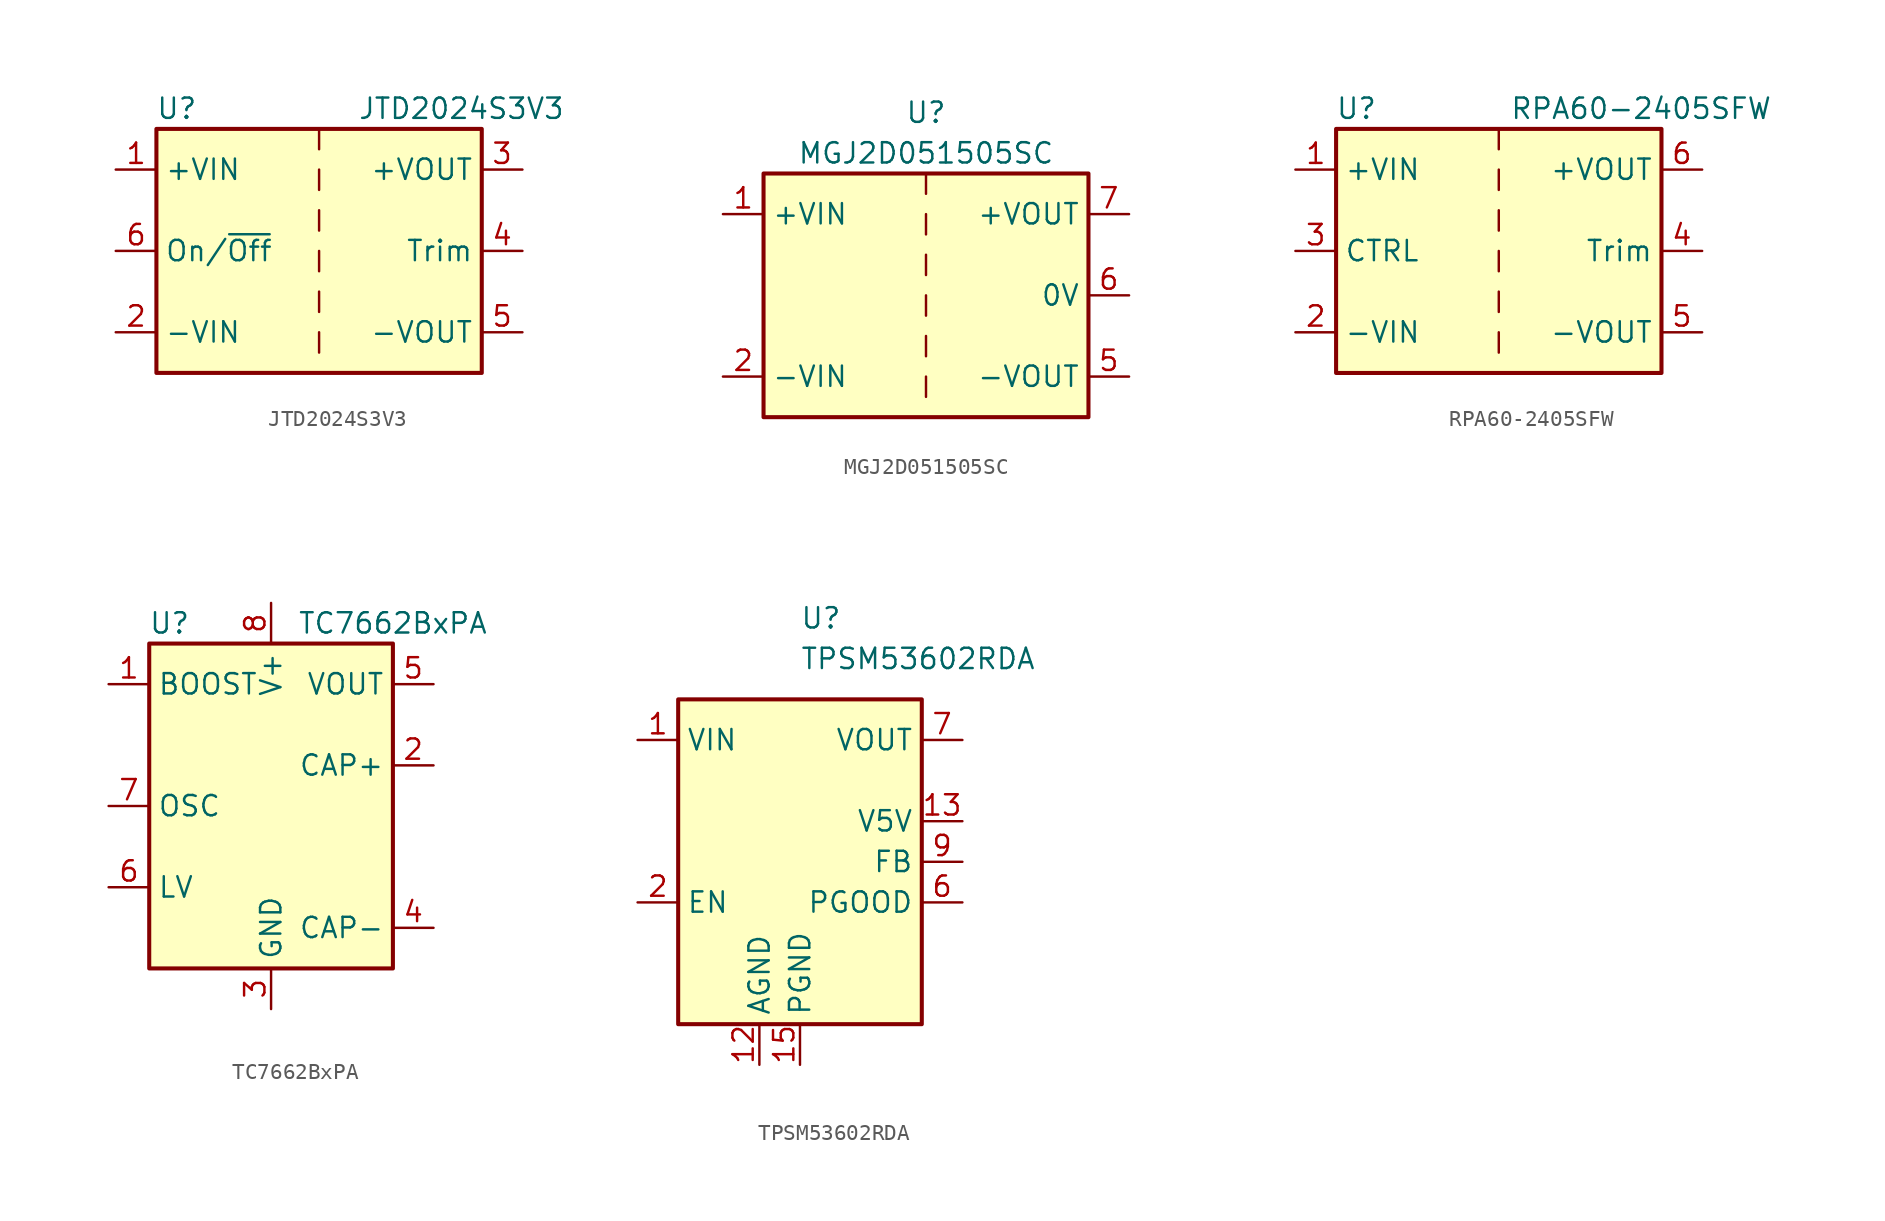
<source format=kicad_sym>
(kicad_symbol_lib
  (version 20201005)
  (generator kicad_symbol_editor)
  (symbol "JTD2024S3V3"
    (property "Reference" "U"
      (at -8.89 8.89 0)
      (effects (font (size 1.27 1.27))))
    (property "Value" "JTD2024S3V3"
      (at 8.89 8.89 0)
      (effects (font (size 1.27 1.27))))
    (symbol "JTD2024S3V3_0_1"
      (rectangle (start -10.16 7.62) (end 10.16 -7.62) (stroke (width 0.254)) (fill (type background)))
      (polyline (pts (xy 0 -5.08) (xy 0 -6.35)) (stroke (width 0)) (fill (type none)))
      (polyline (pts (xy 0 -2.54) (xy 0 -3.81)) (stroke (width 0)) (fill (type none)))
      (polyline (pts (xy 0 0) (xy 0 -1.27)) (stroke (width 0)) (fill (type none)))
      (polyline (pts (xy 0 2.54) (xy 0 1.27)) (stroke (width 0)) (fill (type none)))
      (polyline (pts (xy 0 5.08) (xy 0 3.81)) (stroke (width 0)) (fill (type none)))
      (polyline (pts (xy 0 7.62) (xy 0 6.35)) (stroke (width 0)) (fill (type none))))
    (symbol "JTD2024S3V3_1_1"
      (pin power_in line (at -12.7 5.08 0) (length 2.54) (name "+VIN" (effects (font (size 1.27 1.27)))) (number "1" (effects (font (size 1.27 1.27)))))
      (pin power_in line (at -12.7 -5.08 0) (length 2.54) (name "-VIN" (effects (font (size 1.27 1.27)))) (number "2" (effects (font (size 1.27 1.27)))))
      (pin power_out line (at 12.7 5.08 180) (length 2.54) (name "+VOUT" (effects (font (size 1.27 1.27)))) (number "3" (effects (font (size 1.27 1.27)))))
      (pin input line (at 12.7 0 180) (length 2.54) (name "Trim" (effects (font (size 1.27 1.27)))) (number "4" (effects (font (size 1.27 1.27)))))
      (pin power_out line (at 12.7 -5.08 180) (length 2.54) (name "-VOUT" (effects (font (size 1.27 1.27)))) (number "5" (effects (font (size 1.27 1.27)))))
      (pin input line (at -12.7 0 0) (length 2.54) (name "On/~Off" (effects (font (size 1.27 1.27)))) (number "6" (effects (font (size 1.27 1.27)))))))
  (symbol "MGJ2D051505SC"
    (property "Reference" "U"
      (at 0 11.43 0)
      (effects (font (size 1.27 1.27))))
    (property "Value" "MGJ2D051505SC"
      (at 0 8.89 0)
      (effects (font (size 1.27 1.27))))
    (symbol "MGJ2D051505SC_0_1"
      (rectangle (start -10.16 7.62) (end 10.16 -7.62) (stroke (width 0.254)) (fill (type background)))
      (polyline (pts (xy 0 -5.08) (xy 0 -6.35)) (stroke (width 0)) (fill (type none)))
      (polyline (pts (xy 0 -2.54) (xy 0 -3.81)) (stroke (width 0)) (fill (type none)))
      (polyline (pts (xy 0 0) (xy 0 -1.27)) (stroke (width 0)) (fill (type none)))
      (polyline (pts (xy 0 2.54) (xy 0 1.27)) (stroke (width 0)) (fill (type none)))
      (polyline (pts (xy 0 5.08) (xy 0 3.81)) (stroke (width 0)) (fill (type none)))
      (polyline (pts (xy 0 7.62) (xy 0 6.35)) (stroke (width 0)) (fill (type none))))
    (symbol "MGJ2D051505SC_1_1"
      (pin power_in line (at -12.7 5.08 0) (length 2.54) (name "+VIN" (effects (font (size 1.27 1.27)))) (number "1" (effects (font (size 1.27 1.27)))))
      (pin power_in line (at -12.7 -5.08 0) (length 2.54) (name "-VIN" (effects (font (size 1.27 1.27)))) (number "2" (effects (font (size 1.27 1.27)))))
      (pin power_out line (at 12.7 -5.08 180) (length 2.54) (name "-VOUT" (effects (font (size 1.27 1.27)))) (number "5" (effects (font (size 1.27 1.27)))))
      (pin power_out line (at 12.7 0 180) (length 2.54) (name "0V" (effects (font (size 1.27 1.27)))) (number "6" (effects (font (size 1.27 1.27)))))
      (pin power_out line (at 12.7 5.08 180) (length 2.54) (name "+VOUT" (effects (font (size 1.27 1.27)))) (number "7" (effects (font (size 1.27 1.27)))))))
  (symbol "RPA60-2405SFW"
    (property "Reference" "U"
      (at -8.89 8.89 0)
      (effects (font (size 1.27 1.27))))
    (property "Value" "RPA60-2405SFW"
      (at 8.89 8.89 0)
      (effects (font (size 1.27 1.27))))
    (symbol "RPA60-2405SFW_0_1"
      (rectangle (start -10.16 7.62) (end 10.16 -7.62) (stroke (width 0.254)) (fill (type background)))
      (polyline (pts (xy 0 -5.08) (xy 0 -6.35)) (stroke (width 0)) (fill (type none)))
      (polyline (pts (xy 0 -2.54) (xy 0 -3.81)) (stroke (width 0)) (fill (type none)))
      (polyline (pts (xy 0 0) (xy 0 -1.27)) (stroke (width 0)) (fill (type none)))
      (polyline (pts (xy 0 2.54) (xy 0 1.27)) (stroke (width 0)) (fill (type none)))
      (polyline (pts (xy 0 5.08) (xy 0 3.81)) (stroke (width 0)) (fill (type none)))
      (polyline (pts (xy 0 7.62) (xy 0 6.35)) (stroke (width 0)) (fill (type none))))
    (symbol "RPA60-2405SFW_1_1"
      (pin power_in line (at -12.7 5.08 0) (length 2.54) (name "+VIN" (effects (font (size 1.27 1.27)))) (number "1" (effects (font (size 1.27 1.27)))))
      (pin power_in line (at -12.7 -5.08 0) (length 2.54) (name "-VIN" (effects (font (size 1.27 1.27)))) (number "2" (effects (font (size 1.27 1.27)))))
      (pin input line (at -12.7 0 0) (length 2.54) (name "CTRL" (effects (font (size 1.27 1.27)))) (number "3" (effects (font (size 1.27 1.27)))))
      (pin input line (at 12.7 0 180) (length 2.54) (name "Trim" (effects (font (size 1.27 1.27)))) (number "4" (effects (font (size 1.27 1.27)))))
      (pin power_out line (at 12.7 -5.08 180) (length 2.54) (name "-VOUT" (effects (font (size 1.27 1.27)))) (number "5" (effects (font (size 1.27 1.27)))))
      (pin power_out line (at 12.7 5.08 180) (length 2.54) (name "+VOUT" (effects (font (size 1.27 1.27)))) (number "6" (effects (font (size 1.27 1.27)))))))
  (symbol "TC7662BxPA"
    (property "Reference" "U"
      (at -6.35 11.43 0)
      (effects (font (size 1.27 1.27))))
    (property "Value" "TC7662BxPA"
      (at 7.62 11.43 0)
      (effects (font (size 1.27 1.27))))
    (symbol "TC7662BxPA_0_1"
      (rectangle (start -7.62 10.16) (end 7.62 -10.16) (stroke (width 0.254)) (fill (type background))))
    (symbol "TC7662BxPA_1_1"
      (pin input line (at -10.16 7.62 0) (length 2.54) (name "BOOST" (effects (font (size 1.27 1.27)))) (number "1" (effects (font (size 1.27 1.27)))))
      (pin passive line (at 10.16 2.54 180) (length 2.54) (name "CAP+" (effects (font (size 1.27 1.27)))) (number "2" (effects (font (size 1.27 1.27)))))
      (pin power_in line (at 0 -12.7 90) (length 2.54) (name "GND" (effects (font (size 1.27 1.27)))) (number "3" (effects (font (size 1.27 1.27)))))
      (pin passive line (at 10.16 -7.62 180) (length 2.54) (name "CAP-" (effects (font (size 1.27 1.27)))) (number "4" (effects (font (size 1.27 1.27)))))
      (pin power_out line (at 10.16 7.62 180) (length 2.54) (name "VOUT" (effects (font (size 1.27 1.27)))) (number "5" (effects (font (size 1.27 1.27)))))
      (pin input line (at -10.16 -5.08 0) (length 2.54) (name "LV" (effects (font (size 1.27 1.27)))) (number "6" (effects (font (size 1.27 1.27)))))
      (pin passive line (at -10.16 0 0) (length 2.54) (name "OSC" (effects (font (size 1.27 1.27)))) (number "7" (effects (font (size 1.27 1.27)))))
      (pin power_in line (at 0 12.7 270) (length 2.54) (name "V+" (effects (font (size 1.27 1.27)))) (number "8" (effects (font (size 1.27 1.27)))))))
  (symbol "TPSM53602RDA"
    (property "Reference" "U"
      (at 0 15.24 0)
      (effects (font (size 1.27 1.27)) (justify left)))
    (property "Value" "TPSM53602RDA"
      (at 0 12.7 0)
      (effects (font (size 1.27 1.27)) (justify left)))
    (symbol "TPSM53602RDA_0_1"
      (rectangle (start 7.62 10.16) (end -7.62 -10.16) (stroke (width 0.254)) (fill (type background))))
    (symbol "TPSM53602RDA_1_1"
      (pin power_in line (at -10.16 7.62 0) (length 2.54) (name "VIN" (effects (font (size 1.27 1.27)))) (number "1" (effects (font (size 1.27 1.27)))))
      (pin passive line (at 0 -12.7 90) (length 2.54) hide (name "PGND" (effects (font (size 1.27 1.27)))) (number "10" (effects (font (size 1.27 1.27)))))
      (pin passive line (at 0 -12.7 90) (length 2.54) hide (name "PGND" (effects (font (size 1.27 1.27)))) (number "11" (effects (font (size 1.27 1.27)))))
      (pin power_in line (at -2.54 -12.7 90) (length 2.54) (name "AGND" (effects (font (size 1.27 1.27)))) (number "12" (effects (font (size 1.27 1.27)))))
      (pin output line (at 10.16 2.54 180) (length 2.54) (name "V5V" (effects (font (size 1.27 1.27)))) (number "13" (effects (font (size 1.27 1.27)))))
      (pin passive line (at -10.16 7.62 0) (length 2.54) hide (name "VIN" (effects (font (size 1.27 1.27)))) (number "14" (effects (font (size 1.27 1.27)))))
      (pin power_in line (at 0 -12.7 90) (length 2.54) (name "PGND" (effects (font (size 1.27 1.27)))) (number "15" (effects (font (size 1.27 1.27)))))
      (pin input line (at -10.16 -2.54 0) (length 2.54) (name "EN" (effects (font (size 1.27 1.27)))) (number "2" (effects (font (size 1.27 1.27)))))
      (pin passive line (at 0 -12.7 90) (length 2.54) hide (name "PGND" (effects (font (size 1.27 1.27)))) (number "3" (effects (font (size 1.27 1.27)))))
      (pin no_connect line (at -7.62 2.54 0) (length 2.54) hide (name "DNC" (effects (font (size 1.27 1.27)))) (number "4" (effects (font (size 1.27 1.27)))))
      (pin no_connect line (at -7.62 0 0) (length 2.54) hide (name "DNC" (effects (font (size 1.27 1.27)))) (number "5" (effects (font (size 1.27 1.27)))))
      (pin open_collector line (at 10.16 -2.54 180) (length 2.54) (name "PGOOD" (effects (font (size 1.27 1.27)))) (number "6" (effects (font (size 1.27 1.27)))))
      (pin power_out line (at 10.16 7.62 180) (length 2.54) (name "VOUT" (effects (font (size 1.27 1.27)))) (number "7" (effects (font (size 1.27 1.27)))))
      (pin passive line (at 10.16 7.62 180) (length 2.54) hide (name "VOUT" (effects (font (size 1.27 1.27)))) (number "8" (effects (font (size 1.27 1.27)))))
      (pin input line (at 10.16 0 180) (length 2.54) (name "FB" (effects (font (size 1.27 1.27)))) (number "9" (effects (font (size 1.27 1.27))))))))
</source>
